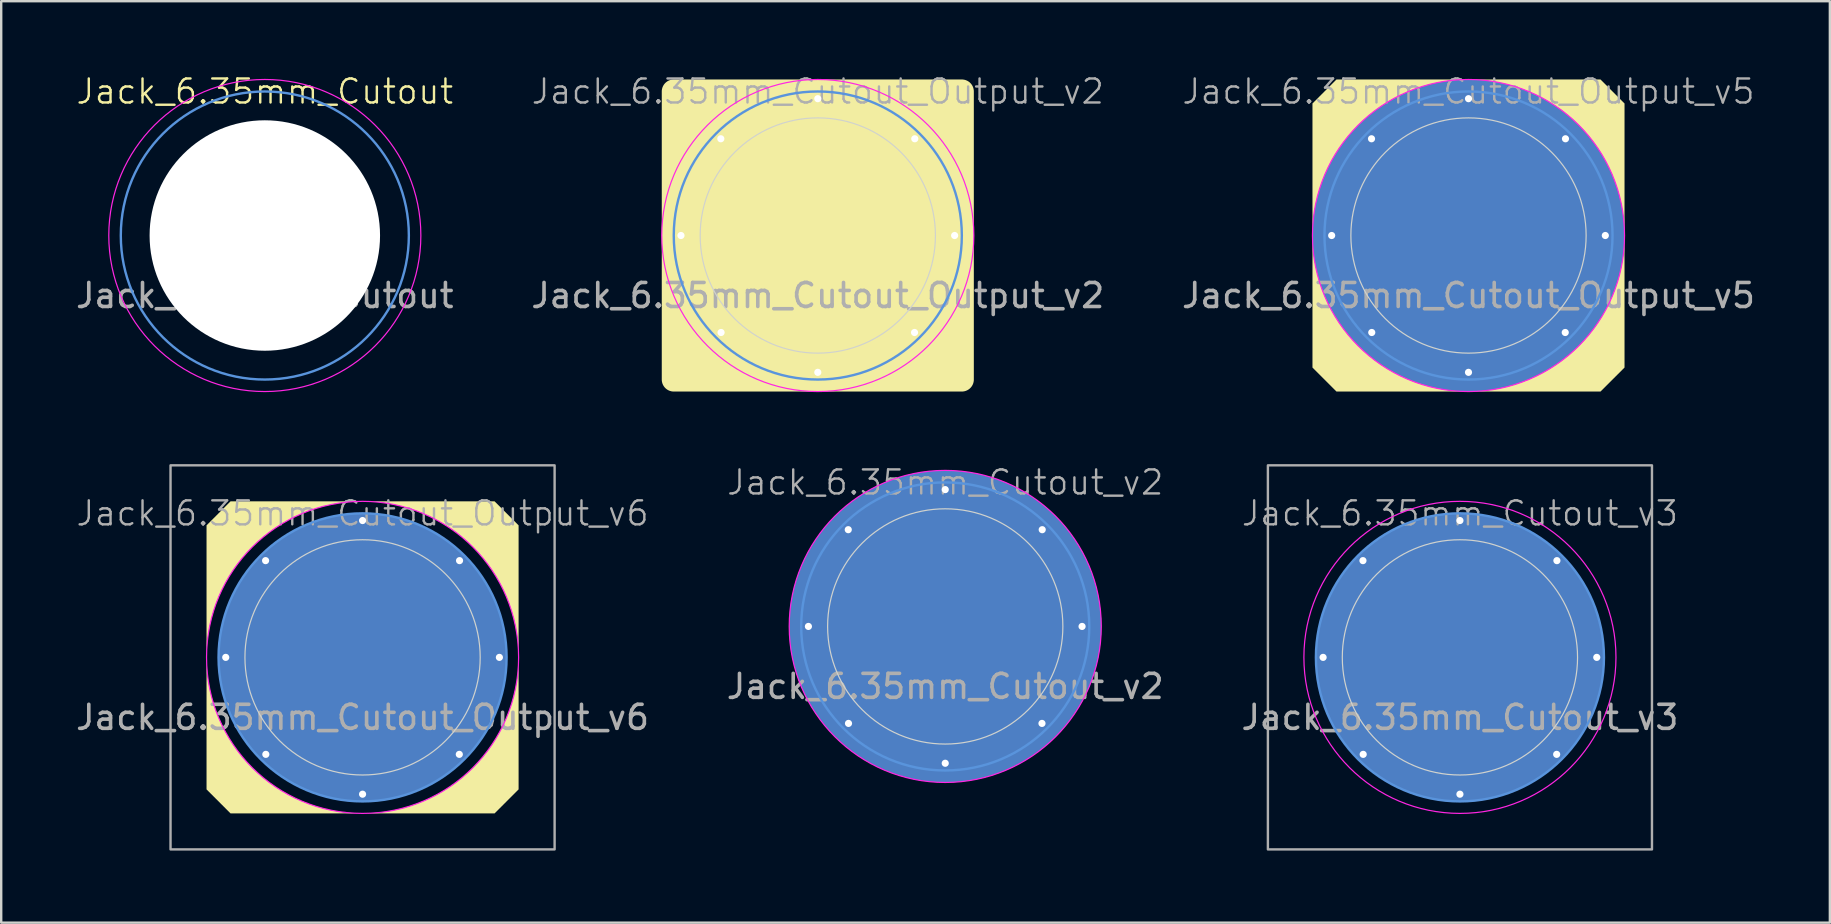
<source format=kicad_pcb>
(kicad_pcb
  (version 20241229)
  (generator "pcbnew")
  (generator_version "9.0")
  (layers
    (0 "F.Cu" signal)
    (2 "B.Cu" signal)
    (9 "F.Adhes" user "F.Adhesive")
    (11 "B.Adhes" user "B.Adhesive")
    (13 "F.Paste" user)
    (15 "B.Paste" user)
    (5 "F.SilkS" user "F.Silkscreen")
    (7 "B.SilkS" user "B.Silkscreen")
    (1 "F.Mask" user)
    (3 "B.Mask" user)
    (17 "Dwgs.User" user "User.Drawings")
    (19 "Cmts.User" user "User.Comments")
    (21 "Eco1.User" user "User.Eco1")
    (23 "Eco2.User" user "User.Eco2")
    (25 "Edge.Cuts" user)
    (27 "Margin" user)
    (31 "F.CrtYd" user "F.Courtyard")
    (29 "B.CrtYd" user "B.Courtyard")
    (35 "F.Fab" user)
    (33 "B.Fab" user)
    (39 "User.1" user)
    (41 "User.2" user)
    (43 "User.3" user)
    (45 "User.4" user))
  (footprint "Jack_6.35mm_Cutout_v3"
    (layer "F.Cu")
    (at 57.768 24.335)
    (property "Reference" "Jack_6.35mm_Cutout_v3" (at 0 -6 0) (unlocked yes) (layer "F.Fab") (effects (font (size 1 1) (thickness 0.1))))
    (attr through_hole exclude_from_bom)
    (fp_circle (center 0 0) (end 0 6) (stroke (width 0.1) (type default)) (fill no) (layer "Cmts.User"))
    (fp_circle (center 0 0) (end 0 -4.9) (stroke (width 0.05) (type default)) (fill no) (layer "Edge.Cuts"))
    (fp_circle (center 0 0) (end 0 6.5) (stroke (width 0.05) (type default)) (fill no) (layer "F.CrtYd"))
    (fp_rect (start -8 -8) (end 8 8) (stroke (width 0.1) (type default)) (fill no) (layer "F.Fab"))
    (fp_text user "${REFERENCE}" (at 0 2.5 0) (unlocked yes) (layer "F.Fab") (effects (font (size 1 1) (thickness 0.15))))
    (pad "1" thru_hole circle (at -5.7 0) (size 0.5 0.5) (drill 0.3) (layers "*.Cu" "*.Mask"))
    (pad "1" thru_hole circle (at -4.04 -4.03) (size 0.5 0.5) (drill 0.3) (layers "*.Cu" "*.Mask"))
    (pad "1" thru_hole circle (at -4.03 4.04) (size 0.5 0.5) (drill 0.3) (layers "*.Cu" "*.Mask"))
    (pad "1" thru_hole circle (at 0 -5.7) (size 0.5 0.5) (drill 0.3) (layers "*.Cu" "*.Mask"))
    (pad "1" connect circle (at 0 0) (size 12 12) (layers "F.Cu" "F.Mask"))
    (pad "1" connect circle (at 0 0) (size 12 12) (layers "B.Cu" "B.Mask"))
    (pad "1" thru_hole circle (at 0 5.7) (size 0.5 0.5) (drill 0.3) (layers "*.Cu" "*.Mask"))
    (pad "1" thru_hole circle (at 4.03 4.04) (size 0.5 0.5) (drill 0.3) (layers "*.Cu" "*.Mask"))
    (pad "1" thru_hole circle (at 4.04 -4.03) (size 0.5 0.5) (drill 0.3) (layers "*.Cu" "*.Mask"))
    (pad "1" thru_hole circle (at 5.7 0) (size 0.5 0.5) (drill 0.3) (layers "*.Cu" "*.Mask")))
  (footprint "Jack_6.35mm_Cutout_v2"
    (layer "F.Cu")
    (at 36.327 23.046)
    (property "Reference" "Jack_6.35mm_Cutout_v2" (at 0 -6 0) (unlocked yes) (layer "F.Fab") (effects (font (size 1 1) (thickness 0.1))))
    (attr through_hole exclude_from_bom)
    (fp_circle (center 0 0) (end 0 6) (stroke (width 0.1) (type default)) (fill no) (layer "Cmts.User"))
    (fp_circle (center 0 0) (end 0 -4.9) (stroke (width 0.05) (type default)) (fill no) (layer "Edge.Cuts"))
    (fp_circle (center 0 0) (end 0 6.5) (stroke (width 0.05) (type default)) (fill no) (layer "F.CrtYd"))
    (fp_text user "${REFERENCE}" (at 0 2.5 0) (unlocked yes) (layer "F.Fab") (effects (font (size 1 1) (thickness 0.15))))
    (pad "1" thru_hole circle (at -5.7 0) (size 0.5 0.5) (drill 0.3) (layers "*.Cu" "*.Mask"))
    (pad "1" thru_hole circle (at -4.04 -4.03) (size 0.5 0.5) (drill 0.3) (layers "*.Cu" "*.Mask"))
    (pad "1" thru_hole circle (at -4.03 4.04) (size 0.5 0.5) (drill 0.3) (layers "*.Cu" "*.Mask"))
    (pad "1" thru_hole circle (at 0 -5.7) (size 0.5 0.5) (drill 0.3) (layers "*.Cu" "*.Mask"))
    (pad "1" connect circle (at 0 0) (size 13 13) (layers "F.Cu" "F.Mask"))
    (pad "1" connect circle (at 0 0) (size 13 13) (layers "B.Cu" "B.Mask"))
    (pad "1" thru_hole circle (at 0 5.7) (size 0.5 0.5) (drill 0.3) (layers "*.Cu" "*.Mask"))
    (pad "1" thru_hole circle (at 4.03 4.04) (size 0.5 0.5) (drill 0.3) (layers "*.Cu" "*.Mask"))
    (pad "1" thru_hole circle (at 4.04 -4.03) (size 0.5 0.5) (drill 0.3) (layers "*.Cu" "*.Mask"))
    (pad "1" thru_hole circle (at 5.7 0) (size 0.5 0.5) (drill 0.3) (layers "*.Cu" "*.Mask")))
  (footprint "Jack_6.35mm_Cutout_Output_v6"
    (layer "F.Cu")
    (at 12.054 24.335)
    (property "Reference" "Jack_6.35mm_Cutout_Output_v6" (at 0 -6 0) (unlocked yes) (layer "F.Fab") (effects (font (size 1 1) (thickness 0.1))))
    (attr through_hole exclude_from_bom)
    (fp_poly (pts (xy -6.5 5.5) (arc (start -6.5 0) (mid -4.596194 4.596194) (end 0 6.5)) (xy -5.5 6.5)) (stroke (width 0) (type solid)) (fill yes) (layer "F.SilkS"))
    (fp_poly (pts (xy -5.5 -6.5) (arc (start 0 -6.5) (mid -4.596194 -4.596194) (end -6.5 0)) (xy -6.5 -5.5)) (stroke (width 0) (type solid)) (fill yes) (layer "F.SilkS"))
    (fp_poly (pts (xy 5.5 6.5) (arc (start 0 6.5) (mid 4.596194 4.596194) (end 6.5 0)) (xy 6.5 5.5)) (stroke (width 0) (type solid)) (fill yes) (layer "F.SilkS"))
    (fp_poly (pts (xy 6.5 -5.5) (arc (start 6.5 0) (mid 4.596194 -4.596194) (end 0 -6.5)) (xy 5.5 -6.5)) (stroke (width 0) (type solid)) (fill yes) (layer "F.SilkS"))
    (fp_circle (center 0 0) (end 0 6) (stroke (width 0.1) (type default)) (fill no) (layer "Cmts.User"))
    (fp_circle (center 0 0) (end 0 -4.9) (stroke (width 0.05) (type default)) (fill no) (layer "Edge.Cuts"))
    (fp_circle (center 0 0) (end 0 6.5) (stroke (width 0.05) (type default)) (fill no) (layer "F.CrtYd"))
    (fp_rect (start -8 -8) (end 8 8) (stroke (width 0.1) (type default)) (fill no) (layer "F.Fab"))
    (fp_text user "${REFERENCE}" (at 0 2.5 0) (unlocked yes) (layer "F.Fab") (effects (font (size 1 1) (thickness 0.15))))
    (pad "1" thru_hole circle (at -5.7 0) (size 0.5 0.5) (drill 0.3) (layers "*.Cu" "*.Mask"))
    (pad "1" thru_hole circle (at -4.04 -4.03) (size 0.5 0.5) (drill 0.3) (layers "*.Cu" "*.Mask"))
    (pad "1" thru_hole circle (at -4.03 4.04) (size 0.5 0.5) (drill 0.3) (layers "*.Cu" "*.Mask"))
    (pad "1" thru_hole circle (at 0 -5.7) (size 0.5 0.5) (drill 0.3) (layers "*.Cu" "*.Mask"))
    (pad "1" connect circle (at 0 0) (size 12 12) (layers "F.Cu" "F.Mask"))
    (pad "1" connect circle (at 0 0) (size 12 12) (layers "B.Cu" "B.Mask"))
    (pad "1" thru_hole circle (at 0 5.7) (size 0.5 0.5) (drill 0.3) (layers "*.Cu" "*.Mask"))
    (pad "1" thru_hole circle (at 4.03 4.04) (size 0.5 0.5) (drill 0.3) (layers "*.Cu" "*.Mask"))
    (pad "1" thru_hole circle (at 4.04 -4.03) (size 0.5 0.5) (drill 0.3) (layers "*.Cu" "*.Mask"))
    (pad "1" thru_hole circle (at 5.7 0) (size 0.5 0.5) (drill 0.3) (layers "*.Cu" "*.Mask")))
  (footprint "Jack_6.35mm_Cutout"
    (layer "F.Cu")
    (at 7.982 6.761)
    (property "Reference" "Jack_6.35mm_Cutout" (at 0 -6 0) (unlocked yes) (layer "F.SilkS") (effects (font (size 1 1) (thickness 0.1))))
    (attr through_hole)
    (fp_circle (center 0 0) (end 0 6) (stroke (width 0.1) (type default)) (fill no) (layer "Cmts.User"))
    (fp_circle (center 0 0) (end 0 6.5) (stroke (width 0.05) (type default)) (fill no) (layer "F.CrtYd"))
    (fp_text user "${REFERENCE}" (at 0 2.5 0) (unlocked yes) (layer "F.Fab") (effects (font (size 1 1) (thickness 0.15))))
    (pad "" np_thru_hole circle (at 0 0) (size 9.6 9.6) (drill 9.6) (layers "*.Cu" "*.Mask")))
  (footprint "Jack_6.35mm_Cutout_Output_v5"
    (layer "F.Cu")
    (at 58.125 6.761)
    (property "Reference" "Jack_6.35mm_Cutout_Output_v5" (at 0 -6 0) (unlocked yes) (layer "F.Fab") (effects (font (size 1 1) (thickness 0.1))))
    (attr through_hole exclude_from_bom)
    (fp_poly (pts (xy -6.5 5.5) (arc (start -6.5 0) (mid -4.596194 4.596194) (end 0 6.5)) (xy -5.5 6.5)) (stroke (width 0) (type solid)) (fill yes) (layer "F.SilkS"))
    (fp_poly (pts (xy -5.5 -6.5) (arc (start 0 -6.5) (mid -4.596194 -4.596194) (end -6.5 0)) (xy -6.5 -5.5)) (stroke (width 0) (type solid)) (fill yes) (layer "F.SilkS"))
    (fp_poly (pts (xy 5.5 6.5) (arc (start 0 6.5) (mid 4.596194 4.596194) (end 6.5 0)) (xy 6.5 5.5)) (stroke (width 0) (type solid)) (fill yes) (layer "F.SilkS"))
    (fp_poly (pts (xy 6.5 -5.5) (arc (start 6.5 0) (mid 4.596194 -4.596194) (end 0 -6.5)) (xy 5.5 -6.5)) (stroke (width 0) (type solid)) (fill yes) (layer "F.SilkS"))
    (fp_circle (center 0 0) (end 0 6) (stroke (width 0.1) (type default)) (fill no) (layer "Cmts.User"))
    (fp_circle (center 0 0) (end 0 -4.9) (stroke (width 0.05) (type default)) (fill no) (layer "Edge.Cuts"))
    (fp_circle (center 0 0) (end 0 6.5) (stroke (width 0.05) (type default)) (fill no) (layer "F.CrtYd"))
    (fp_text user "${REFERENCE}" (at 0 2.5 0) (unlocked yes) (layer "F.Fab") (effects (font (size 1 1) (thickness 0.15))))
    (pad "1" thru_hole circle (at -5.7 0) (size 0.5 0.5) (drill 0.3) (layers "*.Cu" "*.Mask"))
    (pad "1" thru_hole circle (at -4.04 -4.03) (size 0.5 0.5) (drill 0.3) (layers "*.Cu" "*.Mask"))
    (pad "1" thru_hole circle (at -4.03 4.04) (size 0.5 0.5) (drill 0.3) (layers "*.Cu" "*.Mask"))
    (pad "1" thru_hole circle (at 0 -5.7) (size 0.5 0.5) (drill 0.3) (layers "*.Cu" "*.Mask"))
    (pad "1" connect circle (at 0 0) (size 13 13) (layers "F.Cu" "F.Mask"))
    (pad "1" connect circle (at 0 0) (size 13 13) (layers "B.Cu" "B.Mask"))
    (pad "1" thru_hole circle (at 0 5.7) (size 0.5 0.5) (drill 0.3) (layers "*.Cu" "*.Mask"))
    (pad "1" thru_hole circle (at 4.03 4.04) (size 0.5 0.5) (drill 0.3) (layers "*.Cu" "*.Mask"))
    (pad "1" thru_hole circle (at 4.04 -4.03) (size 0.5 0.5) (drill 0.3) (layers "*.Cu" "*.Mask"))
    (pad "1" thru_hole circle (at 5.7 0) (size 0.5 0.5) (drill 0.3) (layers "*.Cu" "*.Mask")))
  (footprint "Jack_6.35mm_Cutout_Output_v2"
    (layer "F.Cu")
    (at 31.018 6.761)
    (property "Reference" "Jack_6.35mm_Cutout_Output_v2" (at 0 -6 0) (unlocked yes) (layer "F.Fab") (effects (font (size 1 1) (thickness 0.1))))
    (attr through_hole exclude_from_bom)
    (fp_poly (pts (arc (start 6.5 -6) (mid 6.353553 -6.353553) (end 6 -6.5)) (arc (start -6 -6.5) (mid -6.353553 -6.353553) (end -6.5 -6)) (arc (start -6.5 6) (mid -6.353553 6.353553) (end -6 6.5)) (arc (start 6 6.5) (mid 6.353553 6.353553) (end 6.5 6))) (stroke (width 0) (type solid)) (fill yes) (layer "F.SilkS"))
    (fp_circle (center 0 0) (end 0 6) (stroke (width 0.1) (type default)) (fill no) (layer "Cmts.User"))
    (fp_circle (center 0 0) (end 0 -4.9) (stroke (width 0.05) (type default)) (fill no) (layer "Edge.Cuts"))
    (fp_circle (center 0 0) (end 0 6.5) (stroke (width 0.05) (type default)) (fill no) (layer "F.CrtYd"))
    (fp_text user "${REFERENCE}" (at 0 2.5 0) (unlocked yes) (layer "F.Fab") (effects (font (size 1 1) (thickness 0.15))))
    (pad "1" thru_hole circle (at -5.7 0) (size 0.5 0.5) (drill 0.3) (layers "*.Cu" "*.Mask"))
    (pad "1" thru_hole circle (at -4.04 -4.03) (size 0.5 0.5) (drill 0.3) (layers "*.Cu" "*.Mask"))
    (pad "1" thru_hole circle (at -4.03 4.04) (size 0.5 0.5) (drill 0.3) (layers "*.Cu" "*.Mask"))
    (pad "1" thru_hole circle (at 0 -5.7) (size 0.5 0.5) (drill 0.3) (layers "*.Cu" "*.Mask"))
    (pad "1" connect circle (at 0 0) (size 13 13) (layers "F.Cu" "F.Mask"))
    (pad "1" connect circle (at 0 0) (size 13 13) (layers "B.Cu" "B.Mask"))
    (pad "1" thru_hole circle (at 0 5.7) (size 0.5 0.5) (drill 0.3) (layers "*.Cu" "*.Mask"))
    (pad "1" thru_hole circle (at 4.03 4.04) (size 0.5 0.5) (drill 0.3) (layers "*.Cu" "*.Mask"))
    (pad "1" thru_hole circle (at 4.04 -4.03) (size 0.5 0.5) (drill 0.3) (layers "*.Cu" "*.Mask"))
    (pad "1" thru_hole circle (at 5.7 0) (size 0.5 0.5) (drill 0.3) (layers "*.Cu" "*.Mask")))
  (gr_rect
    (start -3 -3)
    (end 73.179 35.386)
    (stroke (width 0.1) (type default))
    (fill no)
    (layer "Edge.Cuts")))
</source>
